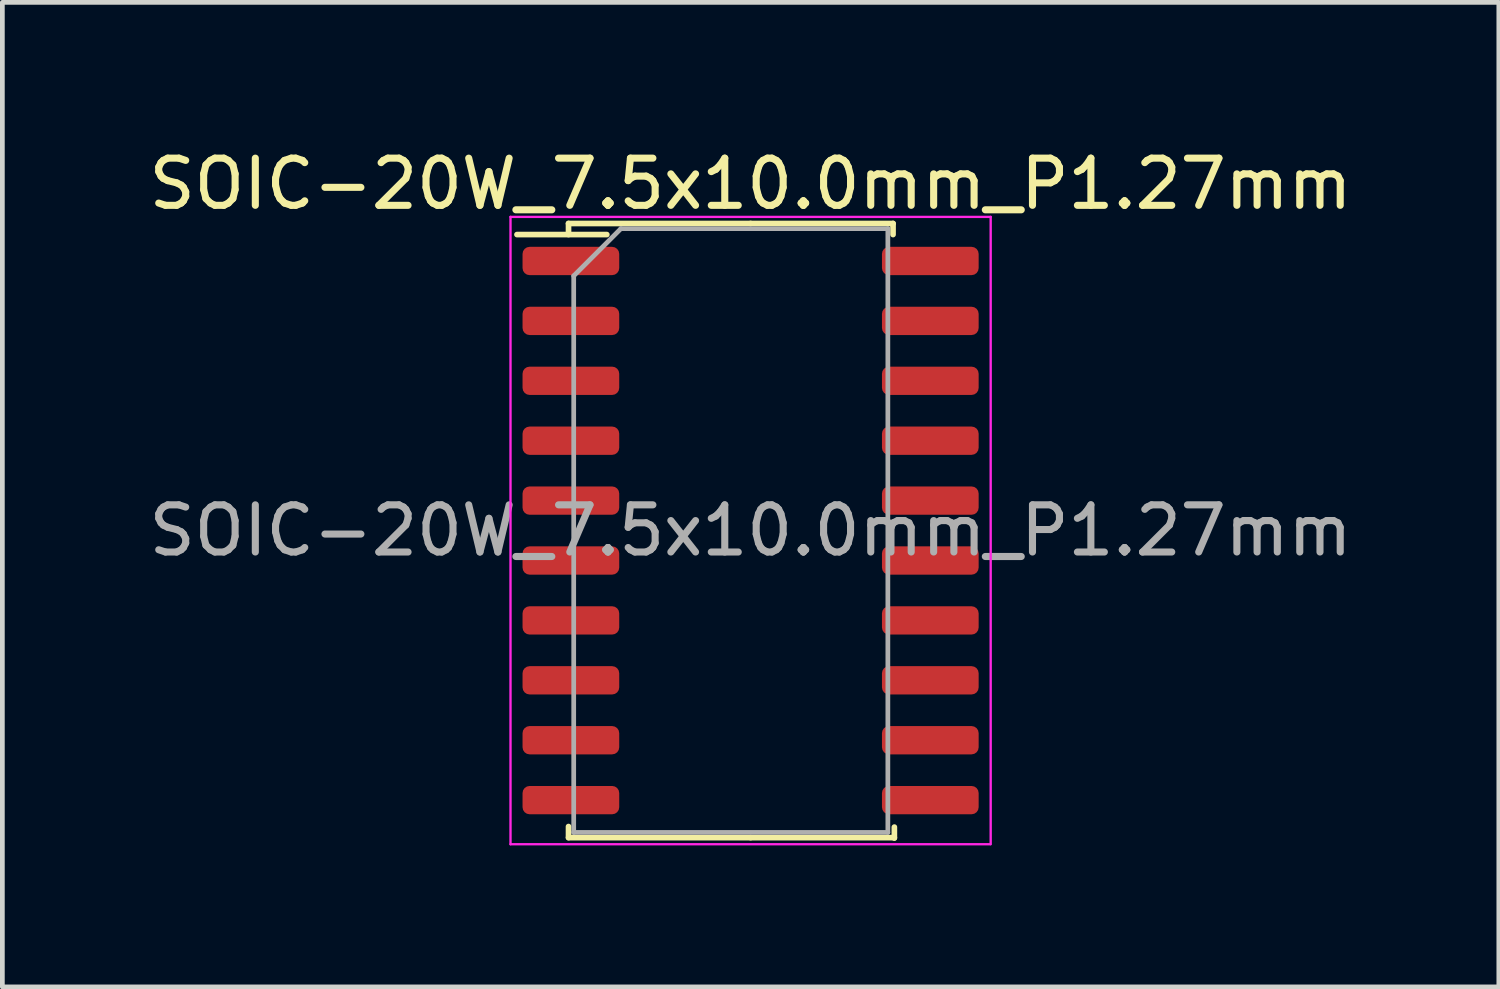
<source format=kicad_pcb>
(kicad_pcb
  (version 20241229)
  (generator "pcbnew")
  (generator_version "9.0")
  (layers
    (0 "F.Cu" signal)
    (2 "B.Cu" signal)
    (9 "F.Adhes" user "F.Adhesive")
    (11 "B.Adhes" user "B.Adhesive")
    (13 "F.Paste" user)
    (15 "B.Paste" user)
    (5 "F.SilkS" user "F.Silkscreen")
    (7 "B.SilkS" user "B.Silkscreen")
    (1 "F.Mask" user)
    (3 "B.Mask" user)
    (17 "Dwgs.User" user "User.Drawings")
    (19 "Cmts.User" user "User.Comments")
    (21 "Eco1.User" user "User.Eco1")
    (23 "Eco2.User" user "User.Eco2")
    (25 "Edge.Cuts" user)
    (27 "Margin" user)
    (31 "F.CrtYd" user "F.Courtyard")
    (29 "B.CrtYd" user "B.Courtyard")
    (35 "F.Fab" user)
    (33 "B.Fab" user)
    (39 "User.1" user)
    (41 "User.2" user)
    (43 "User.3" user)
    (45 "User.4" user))
  (footprint "SOIC-20W_7.5x10.0mm_P1.27mm"
    (layer "F.Cu")
    (at 12.863 8.198)
    (property "Reference" "SOIC-20W_7.5x10.0mm_P1.27mm" (at 0 -7.35 0) (layer "F.SilkS") (effects (font (size 1 1) (thickness 0.15))))
    (attr smd)
    (fp_line (start -3.86 -6.51) (end -3.86 -6.275) (stroke (width 0.12) (type solid)) (layer "F.SilkS"))
    (fp_line (start -3.86 6.51) (end -3.86 6.275) (stroke (width 0.12) (type solid)) (layer "F.SilkS"))
    (fp_line (start -3.048 -6.275) (end -4.953 -6.275) (stroke (width 0.12) (type solid)) (layer "F.SilkS"))
    (fp_line (start 0 -6.51) (end -3.86 -6.51) (stroke (width 0.12) (type solid)) (layer "F.SilkS"))
    (fp_line (start 0 -6.51) (end 3.02 -6.51) (stroke (width 0.12) (type solid)) (layer "F.SilkS"))
    (fp_line (start 0 6.51) (end -3.86 6.51) (stroke (width 0.12) (type solid)) (layer "F.SilkS"))
    (fp_line (start 0 6.51) (end 3.048 6.51) (stroke (width 0.12) (type solid)) (layer "F.SilkS"))
    (fp_line (start 3.02 -6.51) (end 3.02 -6.275) (stroke (width 0.12) (type solid)) (layer "F.SilkS"))
    (fp_line (start 3.048 6.521) (end 3.048 6.287) (stroke (width 0.12) (type solid)) (layer "F.SilkS"))
    (fp_line (start -5.09 -6.65) (end -5.09 6.65) (stroke (width 0.05) (type solid)) (layer "F.CrtYd"))
    (fp_line (start -5.09 6.65) (end 5.08 6.65) (stroke (width 0.05) (type solid)) (layer "F.CrtYd"))
    (fp_line (start 5.09 -6.65) (end -5.09 -6.65) (stroke (width 0.05) (type solid)) (layer "F.CrtYd"))
    (fp_line (start 5.09 6.65) (end 5.09 -6.65) (stroke (width 0.05) (type solid)) (layer "F.CrtYd"))
    (fp_line (start -3.75 -5.4) (end -2.75 -6.4) (stroke (width 0.1) (type solid)) (layer "F.Fab"))
    (fp_line (start -3.75 6.4) (end -3.75 -5.4) (stroke (width 0.1) (type solid)) (layer "F.Fab"))
    (fp_line (start -2.75 -6.4) (end 2.91 -6.4) (stroke (width 0.1) (type solid)) (layer "F.Fab"))
    (fp_line (start 2.91 -6.4) (end 2.91 6.4) (stroke (width 0.1) (type solid)) (layer "F.Fab"))
    (fp_line (start 2.91 6.4) (end -3.75 6.4) (stroke (width 0.1) (type solid)) (layer "F.Fab"))
    (fp_text user "${REFERENCE}" (at 0 0 0) (layer "F.Fab") (effects (font (size 1 1) (thickness 0.15))))
    (pad "1" smd roundrect (at -3.81 -5.715) (size 2.05 0.6) (layers "F.Cu" "F.Mask" "F.Paste") (roundrect_rratio 0.25))
    (pad "2" smd roundrect (at -3.81 -4.445) (size 2.05 0.6) (layers "F.Cu" "F.Mask" "F.Paste") (roundrect_rratio 0.25))
    (pad "3" smd roundrect (at -3.81 -3.175) (size 2.05 0.6) (layers "F.Cu" "F.Mask" "F.Paste") (roundrect_rratio 0.25))
    (pad "4" smd roundrect (at -3.81 -1.905) (size 2.05 0.6) (layers "F.Cu" "F.Mask" "F.Paste") (roundrect_rratio 0.25))
    (pad "5" smd roundrect (at -3.81 -0.635) (size 2.05 0.6) (layers "F.Cu" "F.Mask" "F.Paste") (roundrect_rratio 0.25))
    (pad "6" smd roundrect (at -3.81 0.635) (size 2.05 0.6) (layers "F.Cu" "F.Mask" "F.Paste") (roundrect_rratio 0.25))
    (pad "7" smd roundrect (at -3.81 1.905) (size 2.05 0.6) (layers "F.Cu" "F.Mask" "F.Paste") (roundrect_rratio 0.25))
    (pad "8" smd roundrect (at -3.81 3.175) (size 2.05 0.6) (layers "F.Cu" "F.Mask" "F.Paste") (roundrect_rratio 0.25))
    (pad "9" smd roundrect (at -3.81 4.445) (size 2.05 0.6) (layers "F.Cu" "F.Mask" "F.Paste") (roundrect_rratio 0.25))
    (pad "10" smd roundrect (at -3.81 5.715) (size 2.05 0.6) (layers "F.Cu" "F.Mask" "F.Paste") (roundrect_rratio 0.25))
    (pad "11" smd roundrect (at 3.81 5.715) (size 2.05 0.6) (layers "F.Cu" "F.Mask" "F.Paste") (roundrect_rratio 0.25))
    (pad "12" smd roundrect (at 3.81 4.445) (size 2.05 0.6) (layers "F.Cu" "F.Mask" "F.Paste") (roundrect_rratio 0.25))
    (pad "13" smd roundrect (at 3.81 3.175) (size 2.05 0.6) (layers "F.Cu" "F.Mask" "F.Paste") (roundrect_rratio 0.25))
    (pad "14" smd roundrect (at 3.81 1.905) (size 2.05 0.6) (layers "F.Cu" "F.Mask" "F.Paste") (roundrect_rratio 0.25))
    (pad "15" smd roundrect (at 3.81 0.635) (size 2.05 0.6) (layers "F.Cu" "F.Mask" "F.Paste") (roundrect_rratio 0.25))
    (pad "16" smd roundrect (at 3.81 -0.635) (size 2.05 0.6) (layers "F.Cu" "F.Mask" "F.Paste") (roundrect_rratio 0.25))
    (pad "17" smd roundrect (at 3.81 -1.905) (size 2.05 0.6) (layers "F.Cu" "F.Mask" "F.Paste") (roundrect_rratio 0.25))
    (pad "18" smd roundrect (at 3.81 -3.175) (size 2.05 0.6) (layers "F.Cu" "F.Mask" "F.Paste") (roundrect_rratio 0.25))
    (pad "19" smd roundrect (at 3.81 -4.445) (size 2.05 0.6) (layers "F.Cu" "F.Mask" "F.Paste") (roundrect_rratio 0.25))
    (pad "20" smd roundrect (at 3.81 -5.715) (size 2.05 0.6) (layers "F.Cu" "F.Mask" "F.Paste") (roundrect_rratio 0.25)))
  (gr_rect
    (start -3 -3)
    (end 28.726 17.873)
    (stroke (width 0.1) (type default))
    (fill no)
    (layer "Edge.Cuts")))
</source>
